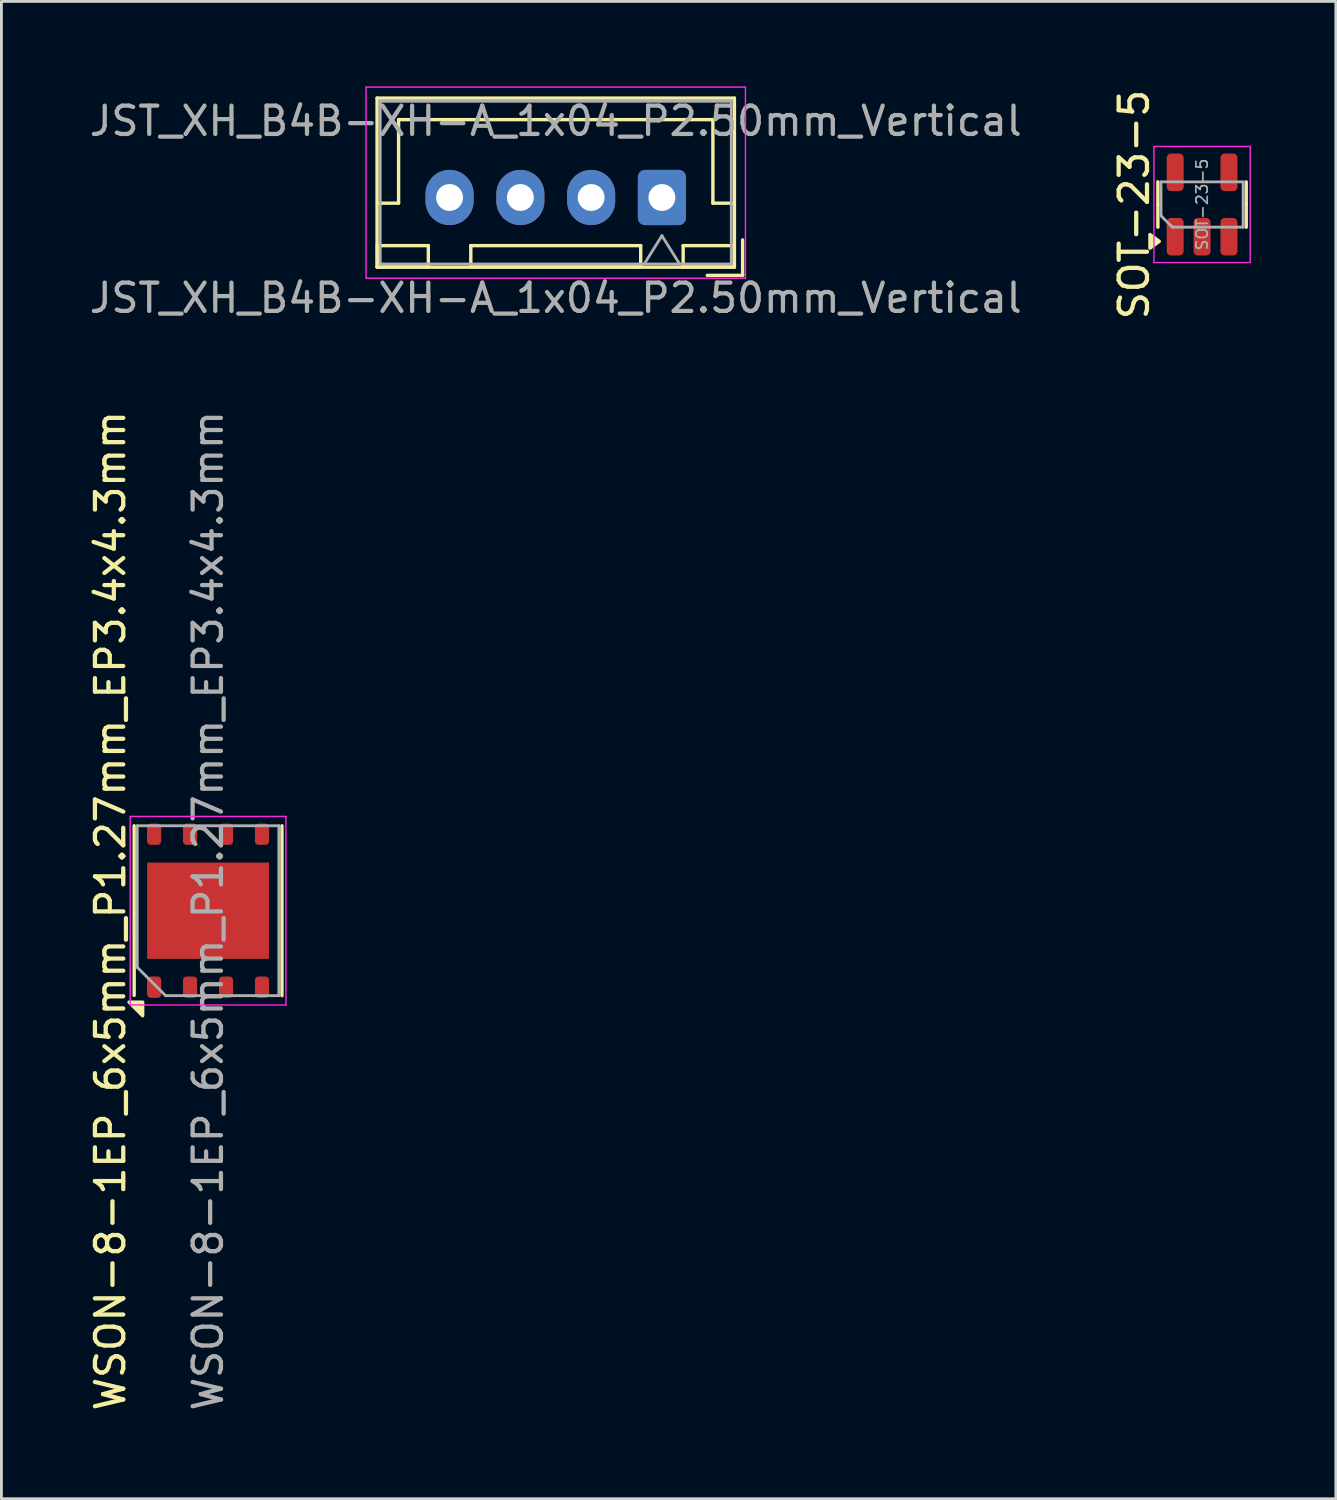
<source format=kicad_pcb>
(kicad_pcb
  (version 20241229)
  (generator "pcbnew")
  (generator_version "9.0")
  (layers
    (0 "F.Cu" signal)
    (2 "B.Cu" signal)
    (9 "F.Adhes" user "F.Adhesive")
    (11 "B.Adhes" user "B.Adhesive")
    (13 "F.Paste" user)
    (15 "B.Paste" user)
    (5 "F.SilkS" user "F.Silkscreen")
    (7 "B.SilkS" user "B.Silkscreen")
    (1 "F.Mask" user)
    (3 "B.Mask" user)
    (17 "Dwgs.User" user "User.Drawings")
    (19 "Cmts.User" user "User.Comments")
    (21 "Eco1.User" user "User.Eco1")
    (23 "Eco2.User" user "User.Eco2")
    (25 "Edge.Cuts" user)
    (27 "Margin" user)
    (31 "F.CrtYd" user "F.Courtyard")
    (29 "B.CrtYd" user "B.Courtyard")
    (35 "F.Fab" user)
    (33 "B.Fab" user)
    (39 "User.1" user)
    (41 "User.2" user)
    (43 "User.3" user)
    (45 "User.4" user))
  (footprint "SOT-23-5"
    (layer "F.Cu")
    (at 39.403 4.173)
    (property "Reference" "SOT-23-5" (at -2.4 0 90) (layer "F.SilkS") (effects (font (size 1 1) (thickness 0.15))))
    (attr smd)
    (fp_line (start -1.56 0) (end -1.56 -0.8) (stroke (width 0.12) (type solid)) (layer "F.SilkS"))
    (fp_line (start -1.56 0) (end -1.56 0.8) (stroke (width 0.12) (type solid)) (layer "F.SilkS"))
    (fp_line (start 1.56 0) (end 1.56 -0.8) (stroke (width 0.12) (type solid)) (layer "F.SilkS"))
    (fp_line (start 1.56 0) (end 1.56 0.8) (stroke (width 0.12) (type solid)) (layer "F.SilkS"))
    (fp_poly (pts (xy -1.51 1.3) (xy -1.84 1.54) (xy -1.84 1.06) (xy -1.51 1.3)) (stroke (width 0.12) (type solid)) (fill yes) (layer "F.SilkS"))
    (fp_line (start -1.7 -2.05) (end -1.7 2.05) (stroke (width 0.05) (type solid)) (layer "F.CrtYd"))
    (fp_line (start -1.7 2.05) (end 1.7 2.05) (stroke (width 0.05) (type solid)) (layer "F.CrtYd"))
    (fp_line (start 1.7 -2.05) (end -1.7 -2.05) (stroke (width 0.05) (type solid)) (layer "F.CrtYd"))
    (fp_line (start 1.7 2.05) (end 1.7 -2.05) (stroke (width 0.05) (type solid)) (layer "F.CrtYd"))
    (fp_line (start -1.45 -0.8) (end 1.45 -0.8) (stroke (width 0.1) (type solid)) (layer "F.Fab"))
    (fp_line (start -1.45 0.4) (end -1.45 -0.8) (stroke (width 0.1) (type solid)) (layer "F.Fab"))
    (fp_line (start -1.05 0.8) (end -1.45 0.4) (stroke (width 0.1) (type solid)) (layer "F.Fab"))
    (fp_line (start 1.45 -0.8) (end 1.45 0.8) (stroke (width 0.1) (type solid)) (layer "F.Fab"))
    (fp_line (start 1.45 0.8) (end -1.05 0.8) (stroke (width 0.1) (type solid)) (layer "F.Fab"))
    (fp_text user "${REFERENCE}" (at 0 0 90) (layer "F.Fab") (effects (font (size 0.4 0.4) (thickness 0.06))))
    (pad "1" smd roundrect (at -0.95 1.137 90) (size 1.325 0.6) (layers "F.Cu" "F.Mask" "F.Paste") (roundrect_rratio 0.25))
    (pad "2" smd roundrect (at 0 1.137 90) (size 1.325 0.6) (layers "F.Cu" "F.Mask" "F.Paste") (roundrect_rratio 0.25))
    (pad "3" smd roundrect (at 0.95 1.137 90) (size 1.325 0.6) (layers "F.Cu" "F.Mask" "F.Paste") (roundrect_rratio 0.25))
    (pad "4" smd roundrect (at 0.95 -1.137 90) (size 1.325 0.6) (layers "F.Cu" "F.Mask" "F.Paste") (roundrect_rratio 0.25))
    (pad "5" smd roundrect (at -0.95 -1.137 90) (size 1.325 0.6) (layers "F.Cu" "F.Mask" "F.Paste") (roundrect_rratio 0.25)))
  (footprint "WSON-8-1EP_6x5mm_P1.27mm_EP3.4x4.3mm"
    (layer "F.Cu")
    (at 4.298 29.113)
    (property "Reference" "WSON-8-1EP_6x5mm_P1.27mm_EP3.4x4.3mm" (at -3.45 0 90) (layer "F.SilkS") (effects (font (size 1 1) (thickness 0.15))))
    (attr smd)
    (fp_line (start -2.61 2.99) (end -2.61 -3) (stroke (width 0.12) (type solid)) (layer "F.SilkS"))
    (fp_line (start 2.61 3) (end 2.61 -3) (stroke (width 0.12) (type solid)) (layer "F.SilkS"))
    (fp_poly (pts (xy -2.31 3.23) (xy -2.31 3.71) (xy -2.79 3.23) (xy -2.31 3.23)) (stroke (width 0.12) (type solid)) (fill yes) (layer "F.SilkS"))
    (fp_line (start -2.75 -3.33) (end -2.75 3.33) (stroke (width 0.05) (type solid)) (layer "F.CrtYd"))
    (fp_line (start -2.75 3.33) (end 2.75 3.33) (stroke (width 0.05) (type solid)) (layer "F.CrtYd"))
    (fp_line (start 2.75 -3.33) (end -2.75 -3.33) (stroke (width 0.05) (type solid)) (layer "F.CrtYd"))
    (fp_line (start 2.75 3.33) (end 2.75 -3.33) (stroke (width 0.05) (type solid)) (layer "F.CrtYd"))
    (fp_line (start -2.5 -3) (end 2.5 -3) (stroke (width 0.1) (type solid)) (layer "F.Fab"))
    (fp_line (start -2.5 2) (end -2.5 -3) (stroke (width 0.1) (type solid)) (layer "F.Fab"))
    (fp_line (start -1.5 3) (end -2.5 2) (stroke (width 0.1) (type solid)) (layer "F.Fab"))
    (fp_line (start 2.5 -3) (end 2.5 3) (stroke (width 0.1) (type solid)) (layer "F.Fab"))
    (fp_line (start 2.5 3) (end -1.5 3) (stroke (width 0.1) (type solid)) (layer "F.Fab"))
    (fp_text user "${REFERENCE}" (at 0 0 90) (layer "F.Fab") (effects (font (size 1 1) (thickness 0.15))))
    (pad "" smd roundrect (at -1.075 -0.85 90) (size 1.37 1.73) (layers "F.Paste") (roundrect_rratio 0.182))
    (pad "" smd roundrect (at -1.075 0.85 90) (size 1.37 1.73) (layers "F.Paste") (roundrect_rratio 0.182))
    (pad "" smd roundrect (at 1.075 -0.85 90) (size 1.37 1.73) (layers "F.Paste") (roundrect_rratio 0.182))
    (pad "" smd roundrect (at 1.075 0.85 90) (size 1.37 1.73) (layers "F.Paste") (roundrect_rratio 0.182))
    (pad "1" smd roundrect (at -1.905 2.7 90) (size 0.75 0.5) (layers "F.Cu" "F.Mask" "F.Paste") (roundrect_rratio 0.25))
    (pad "2" smd roundrect (at -0.635 2.7 90) (size 0.75 0.5) (layers "F.Cu" "F.Mask" "F.Paste") (roundrect_rratio 0.25))
    (pad "3" smd roundrect (at 0.635 2.7 90) (size 0.75 0.5) (layers "F.Cu" "F.Mask" "F.Paste") (roundrect_rratio 0.25))
    (pad "4" smd roundrect (at 1.905 2.7 90) (size 0.75 0.5) (layers "F.Cu" "F.Mask" "F.Paste") (roundrect_rratio 0.25))
    (pad "5" smd roundrect (at 1.905 -2.7 90) (size 0.75 0.5) (layers "F.Cu" "F.Mask" "F.Paste") (roundrect_rratio 0.25))
    (pad "6" smd roundrect (at 0.635 -2.7 90) (size 0.75 0.5) (layers "F.Cu" "F.Mask" "F.Paste") (roundrect_rratio 0.25))
    (pad "7" smd roundrect (at -0.635 -2.7 90) (size 0.75 0.5) (layers "F.Cu" "F.Mask" "F.Paste") (roundrect_rratio 0.25))
    (pad "8" smd roundrect (at -1.905 -2.7 90) (size 0.75 0.5) (layers "F.Cu" "F.Mask" "F.Paste") (roundrect_rratio 0.25))
    (pad "9" smd rect (at 0 0 90) (size 3.4 4.3) (property pad_prop_heatsink) (layers "F.Cu" "F.Mask")))
  (footprint "JST_XH_B4B-XH-A_1x04_P2.50mm_Vertical"
    (layer "F.Cu")
    (at 16.577 3.925)
    (property "Reference" "JST_XH_B4B-XH-A_1x04_P2.50mm_Vertical" (at 0 3.55 180) (layer "F.Fab") (effects (font (size 1 1) (thickness 0.15))))
    (attr through_hole)
    (fp_line (start -6.31 -3.51) (end -6.31 2.46) (stroke (width 0.12) (type solid)) (layer "F.SilkS"))
    (fp_line (start -6.31 2.46) (end 6.31 2.46) (stroke (width 0.12) (type solid)) (layer "F.SilkS"))
    (fp_line (start -6.3 0.2) (end -5.55 0.2) (stroke (width 0.12) (type solid)) (layer "F.SilkS"))
    (fp_line (start -6.3 1.7) (end -6.3 2.45) (stroke (width 0.12) (type solid)) (layer "F.SilkS"))
    (fp_line (start -6.3 2.45) (end -4.5 2.45) (stroke (width 0.12) (type solid)) (layer "F.SilkS"))
    (fp_line (start -5.55 -2.75) (end 0 -2.75) (stroke (width 0.12) (type solid)) (layer "F.SilkS"))
    (fp_line (start -5.55 0.2) (end -5.55 -2.75) (stroke (width 0.12) (type solid)) (layer "F.SilkS"))
    (fp_line (start -4.5 1.7) (end -6.3 1.7) (stroke (width 0.12) (type solid)) (layer "F.SilkS"))
    (fp_line (start -4.5 2.45) (end -4.5 1.7) (stroke (width 0.12) (type solid)) (layer "F.SilkS"))
    (fp_line (start -3 1.7) (end -3 2.45) (stroke (width 0.12) (type solid)) (layer "F.SilkS"))
    (fp_line (start -3 2.45) (end 3 2.45) (stroke (width 0.12) (type solid)) (layer "F.SilkS"))
    (fp_line (start 3 1.7) (end -3 1.7) (stroke (width 0.12) (type solid)) (layer "F.SilkS"))
    (fp_line (start 3 2.45) (end 3 1.7) (stroke (width 0.12) (type solid)) (layer "F.SilkS"))
    (fp_line (start 4.5 1.7) (end 4.5 2.45) (stroke (width 0.12) (type solid)) (layer "F.SilkS"))
    (fp_line (start 4.5 2.45) (end 6.3 2.45) (stroke (width 0.12) (type solid)) (layer "F.SilkS"))
    (fp_line (start 5.35 2.75) (end 6.6 2.75) (stroke (width 0.12) (type solid)) (layer "F.SilkS"))
    (fp_line (start 5.55 -2.75) (end 0 -2.75) (stroke (width 0.12) (type solid)) (layer "F.SilkS"))
    (fp_line (start 5.55 0.2) (end 5.55 -2.75) (stroke (width 0.12) (type solid)) (layer "F.SilkS"))
    (fp_line (start 6.3 0.2) (end 5.55 0.2) (stroke (width 0.12) (type solid)) (layer "F.SilkS"))
    (fp_line (start 6.3 1.7) (end 4.5 1.7) (stroke (width 0.12) (type solid)) (layer "F.SilkS"))
    (fp_line (start 6.3 2.45) (end 6.3 1.7) (stroke (width 0.12) (type solid)) (layer "F.SilkS"))
    (fp_line (start 6.31 -3.51) (end -6.31 -3.51) (stroke (width 0.12) (type solid)) (layer "F.SilkS"))
    (fp_line (start 6.31 2.46) (end 6.31 -3.51) (stroke (width 0.12) (type solid)) (layer "F.SilkS"))
    (fp_line (start 6.6 2.75) (end 6.6 1.5) (stroke (width 0.12) (type solid)) (layer "F.SilkS"))
    (fp_line (start -6.7 -3.9) (end -6.7 2.85) (stroke (width 0.05) (type solid)) (layer "F.CrtYd"))
    (fp_line (start -6.7 2.85) (end 6.7 2.85) (stroke (width 0.05) (type solid)) (layer "F.CrtYd"))
    (fp_line (start 6.7 -3.9) (end -6.7 -3.9) (stroke (width 0.05) (type solid)) (layer "F.CrtYd"))
    (fp_line (start 6.7 2.85) (end 6.7 -3.9) (stroke (width 0.05) (type solid)) (layer "F.CrtYd"))
    (fp_line (start -6.2 -3.4) (end -6.2 2.35) (stroke (width 0.1) (type solid)) (layer "F.Fab"))
    (fp_line (start -6.2 2.35) (end 6.2 2.35) (stroke (width 0.1) (type solid)) (layer "F.Fab"))
    (fp_line (start 3.75 1.35) (end 3.125 2.35) (stroke (width 0.1) (type solid)) (layer "F.Fab"))
    (fp_line (start 4.375 2.35) (end 3.75 1.35) (stroke (width 0.1) (type solid)) (layer "F.Fab"))
    (fp_line (start 6.2 -3.4) (end -6.2 -3.4) (stroke (width 0.1) (type solid)) (layer "F.Fab"))
    (fp_line (start 6.2 2.35) (end 6.2 -3.4) (stroke (width 0.1) (type solid)) (layer "F.Fab"))
    (fp_text user "${REFERENCE}" (at 0 -2.7 180) (layer "F.Fab") (effects (font (size 1 1) (thickness 0.15))))
    (pad "1" thru_hole roundrect (at 3.75 0 180) (size 1.7 1.95) (drill 0.95) (layers "*.Cu" "*.Mask") (roundrect_rratio 0.147))
    (pad "2" thru_hole oval (at 1.25 0 180) (size 1.7 1.95) (drill 0.95) (layers "*.Cu" "*.Mask"))
    (pad "3" thru_hole oval (at -1.25 0 180) (size 1.7 1.95) (drill 0.95) (layers "*.Cu" "*.Mask"))
    (pad "4" thru_hole oval (at -3.75 0 180) (size 1.7 1.95) (drill 0.95) (layers "*.Cu" "*.Mask")))
  (gr_rect
    (start -3 -3)
    (end 44.128 49.881)
    (stroke (width 0.1) (type default))
    (fill no)
    (layer "Edge.Cuts")))
</source>
